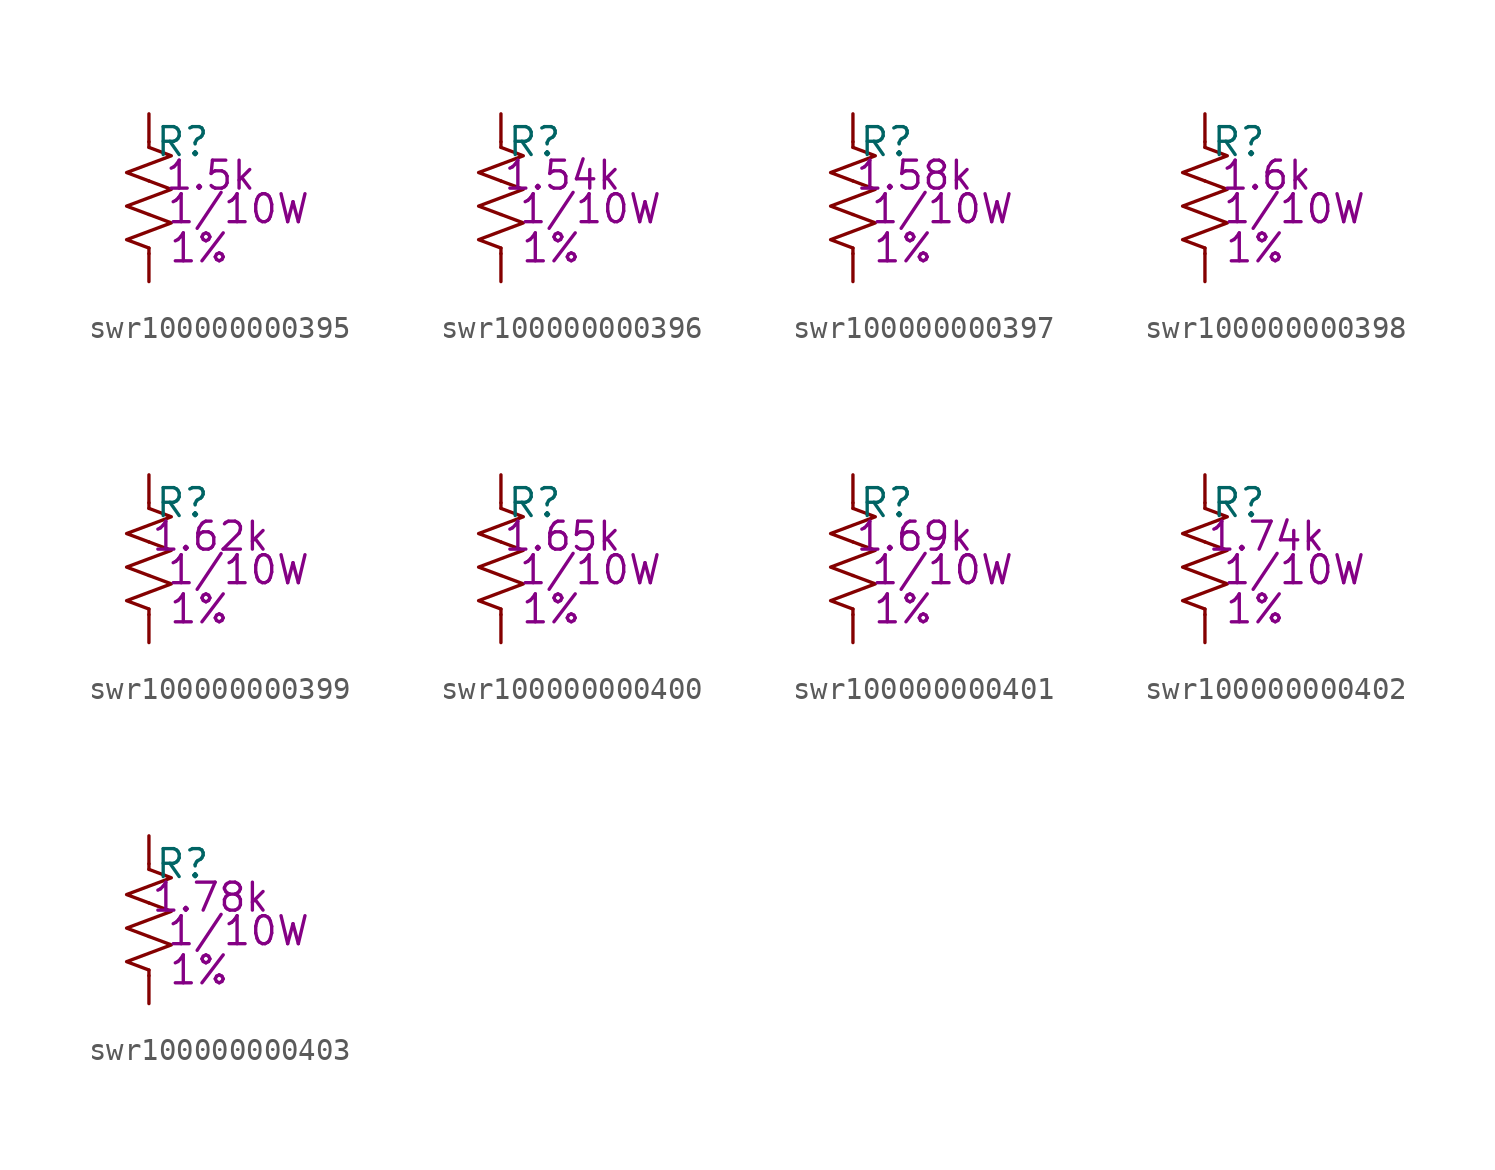
<source format=kicad_sym>
(kicad_symbol_lib
  (version 20211014)
  (generator kicad_symbol_editor)
  (symbol "swr100000000395"
    (pin_numbers hide)
    (pin_names
      (offset 1.016))
    (property "Reference" "R"
      (at 1.524 2.54 0)
      (effects (font (size 1.27 1.27))))
    (property "Tolerance" "1%"
      (at 2.286 -2.286 0)
      (effects (font (size 1.27 1.27))))
    (property "Wattage" "1/10W"
      (at 4.064 -0.508 0)
      (effects (font (size 1.27 1.27))))
    (property "PartValue" "1.5k"
      (at 2.794 1.016 0)
      (effects (font (size 1.27 1.27))))
    (symbol "swr100000000395_1_1"
      (polyline (pts (xy 0 -2.286) (xy 0 -2.54)) (stroke (width 0) (type default) (color 0 0 0 0)) (fill (type none)))
      (polyline (pts (xy 0 2.286) (xy 0 2.54)) (stroke (width 0) (type default) (color 0 0 0 0)) (fill (type none)))
      (polyline (pts (xy 0 -0.762) (xy 1.016 -1.143) (xy 0 -1.524) (xy -1.016 -1.905) (xy 0 -2.286)) (stroke (width 0) (type default) (color 0 0 0 0)) (fill (type none)))
      (polyline (pts (xy 0 0.762) (xy 1.016 0.381) (xy 0 0) (xy -1.016 -0.381) (xy 0 -0.762)) (stroke (width 0) (type default) (color 0 0 0 0)) (fill (type none)))
      (polyline (pts (xy 0 2.286) (xy 1.016 1.905) (xy 0 1.524) (xy -1.016 1.143) (xy 0 0.762)) (stroke (width 0) (type default) (color 0 0 0 0)) (fill (type none)))
      (pin passive line (at 0 3.81 270) (length 1.27) (name "~" (effects (font (size 1.27 1.27)))) (number "1" (effects (font (size 1.27 1.27)))))
      (pin passive line (at 0 -3.81 90) (length 1.27) (name "~" (effects (font (size 1.27 1.27)))) (number "2" (effects (font (size 1.27 1.27)))))))
  (symbol "swr100000000396"
    (pin_numbers hide)
    (pin_names
      (offset 1.016))
    (property "Reference" "R"
      (at 1.524 2.54 0)
      (effects (font (size 1.27 1.27))))
    (property "Tolerance" "1%"
      (at 2.286 -2.286 0)
      (effects (font (size 1.27 1.27))))
    (property "Wattage" "1/10W"
      (at 4.064 -0.508 0)
      (effects (font (size 1.27 1.27))))
    (property "PartValue" "1.54k"
      (at 2.794 1.016 0)
      (effects (font (size 1.27 1.27))))
    (symbol "swr100000000396_1_1"
      (polyline (pts (xy 0 -2.286) (xy 0 -2.54)) (stroke (width 0) (type default) (color 0 0 0 0)) (fill (type none)))
      (polyline (pts (xy 0 2.286) (xy 0 2.54)) (stroke (width 0) (type default) (color 0 0 0 0)) (fill (type none)))
      (polyline (pts (xy 0 -0.762) (xy 1.016 -1.143) (xy 0 -1.524) (xy -1.016 -1.905) (xy 0 -2.286)) (stroke (width 0) (type default) (color 0 0 0 0)) (fill (type none)))
      (polyline (pts (xy 0 0.762) (xy 1.016 0.381) (xy 0 0) (xy -1.016 -0.381) (xy 0 -0.762)) (stroke (width 0) (type default) (color 0 0 0 0)) (fill (type none)))
      (polyline (pts (xy 0 2.286) (xy 1.016 1.905) (xy 0 1.524) (xy -1.016 1.143) (xy 0 0.762)) (stroke (width 0) (type default) (color 0 0 0 0)) (fill (type none)))
      (pin passive line (at 0 3.81 270) (length 1.27) (name "~" (effects (font (size 1.27 1.27)))) (number "1" (effects (font (size 1.27 1.27)))))
      (pin passive line (at 0 -3.81 90) (length 1.27) (name "~" (effects (font (size 1.27 1.27)))) (number "2" (effects (font (size 1.27 1.27)))))))
  (symbol "swr100000000397"
    (pin_numbers hide)
    (pin_names
      (offset 1.016))
    (property "Reference" "R"
      (at 1.524 2.54 0)
      (effects (font (size 1.27 1.27))))
    (property "Tolerance" "1%"
      (at 2.286 -2.286 0)
      (effects (font (size 1.27 1.27))))
    (property "Wattage" "1/10W"
      (at 4.064 -0.508 0)
      (effects (font (size 1.27 1.27))))
    (property "PartValue" "1.58k"
      (at 2.794 1.016 0)
      (effects (font (size 1.27 1.27))))
    (symbol "swr100000000397_1_1"
      (polyline (pts (xy 0 -2.286) (xy 0 -2.54)) (stroke (width 0) (type default) (color 0 0 0 0)) (fill (type none)))
      (polyline (pts (xy 0 2.286) (xy 0 2.54)) (stroke (width 0) (type default) (color 0 0 0 0)) (fill (type none)))
      (polyline (pts (xy 0 -0.762) (xy 1.016 -1.143) (xy 0 -1.524) (xy -1.016 -1.905) (xy 0 -2.286)) (stroke (width 0) (type default) (color 0 0 0 0)) (fill (type none)))
      (polyline (pts (xy 0 0.762) (xy 1.016 0.381) (xy 0 0) (xy -1.016 -0.381) (xy 0 -0.762)) (stroke (width 0) (type default) (color 0 0 0 0)) (fill (type none)))
      (polyline (pts (xy 0 2.286) (xy 1.016 1.905) (xy 0 1.524) (xy -1.016 1.143) (xy 0 0.762)) (stroke (width 0) (type default) (color 0 0 0 0)) (fill (type none)))
      (pin passive line (at 0 3.81 270) (length 1.27) (name "~" (effects (font (size 1.27 1.27)))) (number "1" (effects (font (size 1.27 1.27)))))
      (pin passive line (at 0 -3.81 90) (length 1.27) (name "~" (effects (font (size 1.27 1.27)))) (number "2" (effects (font (size 1.27 1.27)))))))
  (symbol "swr100000000398"
    (pin_numbers hide)
    (pin_names
      (offset 1.016))
    (property "Reference" "R"
      (at 1.524 2.54 0)
      (effects (font (size 1.27 1.27))))
    (property "Tolerance" "1%"
      (at 2.286 -2.286 0)
      (effects (font (size 1.27 1.27))))
    (property "Wattage" "1/10W"
      (at 4.064 -0.508 0)
      (effects (font (size 1.27 1.27))))
    (property "PartValue" "1.6k"
      (at 2.794 1.016 0)
      (effects (font (size 1.27 1.27))))
    (symbol "swr100000000398_1_1"
      (polyline (pts (xy 0 -2.286) (xy 0 -2.54)) (stroke (width 0) (type default) (color 0 0 0 0)) (fill (type none)))
      (polyline (pts (xy 0 2.286) (xy 0 2.54)) (stroke (width 0) (type default) (color 0 0 0 0)) (fill (type none)))
      (polyline (pts (xy 0 -0.762) (xy 1.016 -1.143) (xy 0 -1.524) (xy -1.016 -1.905) (xy 0 -2.286)) (stroke (width 0) (type default) (color 0 0 0 0)) (fill (type none)))
      (polyline (pts (xy 0 0.762) (xy 1.016 0.381) (xy 0 0) (xy -1.016 -0.381) (xy 0 -0.762)) (stroke (width 0) (type default) (color 0 0 0 0)) (fill (type none)))
      (polyline (pts (xy 0 2.286) (xy 1.016 1.905) (xy 0 1.524) (xy -1.016 1.143) (xy 0 0.762)) (stroke (width 0) (type default) (color 0 0 0 0)) (fill (type none)))
      (pin passive line (at 0 3.81 270) (length 1.27) (name "~" (effects (font (size 1.27 1.27)))) (number "1" (effects (font (size 1.27 1.27)))))
      (pin passive line (at 0 -3.81 90) (length 1.27) (name "~" (effects (font (size 1.27 1.27)))) (number "2" (effects (font (size 1.27 1.27)))))))
  (symbol "swr100000000399"
    (pin_numbers hide)
    (pin_names
      (offset 1.016))
    (property "Reference" "R"
      (at 1.524 2.54 0)
      (effects (font (size 1.27 1.27))))
    (property "Tolerance" "1%"
      (at 2.286 -2.286 0)
      (effects (font (size 1.27 1.27))))
    (property "Wattage" "1/10W"
      (at 4.064 -0.508 0)
      (effects (font (size 1.27 1.27))))
    (property "PartValue" "1.62k"
      (at 2.794 1.016 0)
      (effects (font (size 1.27 1.27))))
    (symbol "swr100000000399_1_1"
      (polyline (pts (xy 0 -2.286) (xy 0 -2.54)) (stroke (width 0) (type default) (color 0 0 0 0)) (fill (type none)))
      (polyline (pts (xy 0 2.286) (xy 0 2.54)) (stroke (width 0) (type default) (color 0 0 0 0)) (fill (type none)))
      (polyline (pts (xy 0 -0.762) (xy 1.016 -1.143) (xy 0 -1.524) (xy -1.016 -1.905) (xy 0 -2.286)) (stroke (width 0) (type default) (color 0 0 0 0)) (fill (type none)))
      (polyline (pts (xy 0 0.762) (xy 1.016 0.381) (xy 0 0) (xy -1.016 -0.381) (xy 0 -0.762)) (stroke (width 0) (type default) (color 0 0 0 0)) (fill (type none)))
      (polyline (pts (xy 0 2.286) (xy 1.016 1.905) (xy 0 1.524) (xy -1.016 1.143) (xy 0 0.762)) (stroke (width 0) (type default) (color 0 0 0 0)) (fill (type none)))
      (pin passive line (at 0 3.81 270) (length 1.27) (name "~" (effects (font (size 1.27 1.27)))) (number "1" (effects (font (size 1.27 1.27)))))
      (pin passive line (at 0 -3.81 90) (length 1.27) (name "~" (effects (font (size 1.27 1.27)))) (number "2" (effects (font (size 1.27 1.27)))))))
  (symbol "swr100000000400"
    (pin_numbers hide)
    (pin_names
      (offset 1.016))
    (property "Reference" "R"
      (at 1.524 2.54 0)
      (effects (font (size 1.27 1.27))))
    (property "Tolerance" "1%"
      (at 2.286 -2.286 0)
      (effects (font (size 1.27 1.27))))
    (property "Wattage" "1/10W"
      (at 4.064 -0.508 0)
      (effects (font (size 1.27 1.27))))
    (property "PartValue" "1.65k"
      (at 2.794 1.016 0)
      (effects (font (size 1.27 1.27))))
    (symbol "swr100000000400_1_1"
      (polyline (pts (xy 0 -2.286) (xy 0 -2.54)) (stroke (width 0) (type default) (color 0 0 0 0)) (fill (type none)))
      (polyline (pts (xy 0 2.286) (xy 0 2.54)) (stroke (width 0) (type default) (color 0 0 0 0)) (fill (type none)))
      (polyline (pts (xy 0 -0.762) (xy 1.016 -1.143) (xy 0 -1.524) (xy -1.016 -1.905) (xy 0 -2.286)) (stroke (width 0) (type default) (color 0 0 0 0)) (fill (type none)))
      (polyline (pts (xy 0 0.762) (xy 1.016 0.381) (xy 0 0) (xy -1.016 -0.381) (xy 0 -0.762)) (stroke (width 0) (type default) (color 0 0 0 0)) (fill (type none)))
      (polyline (pts (xy 0 2.286) (xy 1.016 1.905) (xy 0 1.524) (xy -1.016 1.143) (xy 0 0.762)) (stroke (width 0) (type default) (color 0 0 0 0)) (fill (type none)))
      (pin passive line (at 0 3.81 270) (length 1.27) (name "~" (effects (font (size 1.27 1.27)))) (number "1" (effects (font (size 1.27 1.27)))))
      (pin passive line (at 0 -3.81 90) (length 1.27) (name "~" (effects (font (size 1.27 1.27)))) (number "2" (effects (font (size 1.27 1.27)))))))
  (symbol "swr100000000401"
    (pin_numbers hide)
    (pin_names
      (offset 1.016))
    (property "Reference" "R"
      (at 1.524 2.54 0)
      (effects (font (size 1.27 1.27))))
    (property "Tolerance" "1%"
      (at 2.286 -2.286 0)
      (effects (font (size 1.27 1.27))))
    (property "Wattage" "1/10W"
      (at 4.064 -0.508 0)
      (effects (font (size 1.27 1.27))))
    (property "PartValue" "1.69k"
      (at 2.794 1.016 0)
      (effects (font (size 1.27 1.27))))
    (symbol "swr100000000401_1_1"
      (polyline (pts (xy 0 -2.286) (xy 0 -2.54)) (stroke (width 0) (type default) (color 0 0 0 0)) (fill (type none)))
      (polyline (pts (xy 0 2.286) (xy 0 2.54)) (stroke (width 0) (type default) (color 0 0 0 0)) (fill (type none)))
      (polyline (pts (xy 0 -0.762) (xy 1.016 -1.143) (xy 0 -1.524) (xy -1.016 -1.905) (xy 0 -2.286)) (stroke (width 0) (type default) (color 0 0 0 0)) (fill (type none)))
      (polyline (pts (xy 0 0.762) (xy 1.016 0.381) (xy 0 0) (xy -1.016 -0.381) (xy 0 -0.762)) (stroke (width 0) (type default) (color 0 0 0 0)) (fill (type none)))
      (polyline (pts (xy 0 2.286) (xy 1.016 1.905) (xy 0 1.524) (xy -1.016 1.143) (xy 0 0.762)) (stroke (width 0) (type default) (color 0 0 0 0)) (fill (type none)))
      (pin passive line (at 0 3.81 270) (length 1.27) (name "~" (effects (font (size 1.27 1.27)))) (number "1" (effects (font (size 1.27 1.27)))))
      (pin passive line (at 0 -3.81 90) (length 1.27) (name "~" (effects (font (size 1.27 1.27)))) (number "2" (effects (font (size 1.27 1.27)))))))
  (symbol "swr100000000402"
    (pin_numbers hide)
    (pin_names
      (offset 1.016))
    (property "Reference" "R"
      (at 1.524 2.54 0)
      (effects (font (size 1.27 1.27))))
    (property "Tolerance" "1%"
      (at 2.286 -2.286 0)
      (effects (font (size 1.27 1.27))))
    (property "Wattage" "1/10W"
      (at 4.064 -0.508 0)
      (effects (font (size 1.27 1.27))))
    (property "PartValue" "1.74k"
      (at 2.794 1.016 0)
      (effects (font (size 1.27 1.27))))
    (symbol "swr100000000402_1_1"
      (polyline (pts (xy 0 -2.286) (xy 0 -2.54)) (stroke (width 0) (type default) (color 0 0 0 0)) (fill (type none)))
      (polyline (pts (xy 0 2.286) (xy 0 2.54)) (stroke (width 0) (type default) (color 0 0 0 0)) (fill (type none)))
      (polyline (pts (xy 0 -0.762) (xy 1.016 -1.143) (xy 0 -1.524) (xy -1.016 -1.905) (xy 0 -2.286)) (stroke (width 0) (type default) (color 0 0 0 0)) (fill (type none)))
      (polyline (pts (xy 0 0.762) (xy 1.016 0.381) (xy 0 0) (xy -1.016 -0.381) (xy 0 -0.762)) (stroke (width 0) (type default) (color 0 0 0 0)) (fill (type none)))
      (polyline (pts (xy 0 2.286) (xy 1.016 1.905) (xy 0 1.524) (xy -1.016 1.143) (xy 0 0.762)) (stroke (width 0) (type default) (color 0 0 0 0)) (fill (type none)))
      (pin passive line (at 0 3.81 270) (length 1.27) (name "~" (effects (font (size 1.27 1.27)))) (number "1" (effects (font (size 1.27 1.27)))))
      (pin passive line (at 0 -3.81 90) (length 1.27) (name "~" (effects (font (size 1.27 1.27)))) (number "2" (effects (font (size 1.27 1.27)))))))
  (symbol "swr100000000403"
    (pin_numbers hide)
    (pin_names
      (offset 1.016))
    (property "Reference" "R"
      (at 1.524 2.54 0)
      (effects (font (size 1.27 1.27))))
    (property "Tolerance" "1%"
      (at 2.286 -2.286 0)
      (effects (font (size 1.27 1.27))))
    (property "Wattage" "1/10W"
      (at 4.064 -0.508 0)
      (effects (font (size 1.27 1.27))))
    (property "PartValue" "1.78k"
      (at 2.794 1.016 0)
      (effects (font (size 1.27 1.27))))
    (symbol "swr100000000403_1_1"
      (polyline (pts (xy 0 -2.286) (xy 0 -2.54)) (stroke (width 0) (type default) (color 0 0 0 0)) (fill (type none)))
      (polyline (pts (xy 0 2.286) (xy 0 2.54)) (stroke (width 0) (type default) (color 0 0 0 0)) (fill (type none)))
      (polyline (pts (xy 0 -0.762) (xy 1.016 -1.143) (xy 0 -1.524) (xy -1.016 -1.905) (xy 0 -2.286)) (stroke (width 0) (type default) (color 0 0 0 0)) (fill (type none)))
      (polyline (pts (xy 0 0.762) (xy 1.016 0.381) (xy 0 0) (xy -1.016 -0.381) (xy 0 -0.762)) (stroke (width 0) (type default) (color 0 0 0 0)) (fill (type none)))
      (polyline (pts (xy 0 2.286) (xy 1.016 1.905) (xy 0 1.524) (xy -1.016 1.143) (xy 0 0.762)) (stroke (width 0) (type default) (color 0 0 0 0)) (fill (type none)))
      (pin passive line (at 0 3.81 270) (length 1.27) (name "~" (effects (font (size 1.27 1.27)))) (number "1" (effects (font (size 1.27 1.27)))))
      (pin passive line (at 0 -3.81 90) (length 1.27) (name "~" (effects (font (size 1.27 1.27)))) (number "2" (effects (font (size 1.27 1.27))))))))
</source>
